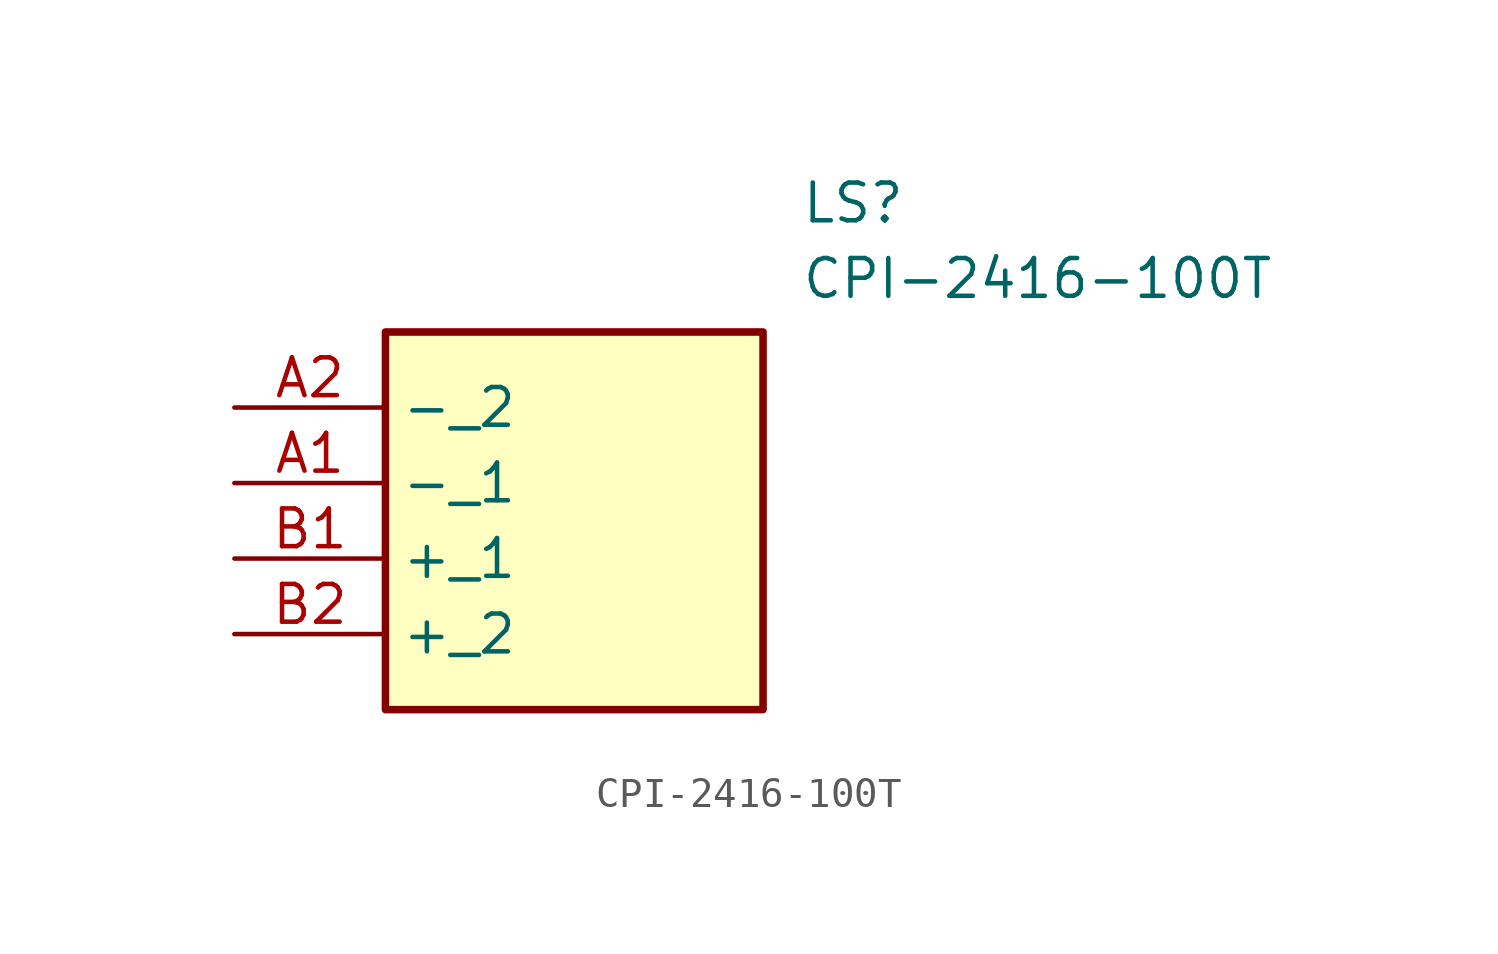
<source format=kicad_sym>
(kicad_symbol_lib
  (version 20211014)
  (generator SamacSys_ECAD_Model)
  (symbol "CPI-2416-100T"
    (property "Reference" "LS"
      (at 19.05 7.62 0)
      (effects (font (size 1.27 1.27)) (justify left top)))
    (property "Value" "CPI-2416-100T"
      (at 19.05 5.08 0)
      (effects (font (size 1.27 1.27)) (justify left top)))
    (rectangle
      (start 5.08 2.54)
      (end 17.78 -10.16)
      (stroke (width 0.254) (type default))
      (fill (type background)))
    (pin passive line
      (at 0 -2.54 0)
      (length 5.08)
      (name "-_1" (effects (font (size 1.27 1.27))))
      (number "A1" (effects (font (size 1.27 1.27)))))
    (pin passive line
      (at 0 0 0)
      (length 5.08)
      (name "-_2" (effects (font (size 1.27 1.27))))
      (number "A2" (effects (font (size 1.27 1.27)))))
    (pin passive line
      (at 0 -5.08 0)
      (length 5.08)
      (name "+_1" (effects (font (size 1.27 1.27))))
      (number "B1" (effects (font (size 1.27 1.27)))))
    (pin passive line
      (at 0 -7.62 0)
      (length 5.08)
      (name "+_2" (effects (font (size 1.27 1.27))))
      (number "B2" (effects (font (size 1.27 1.27)))))))
</source>
